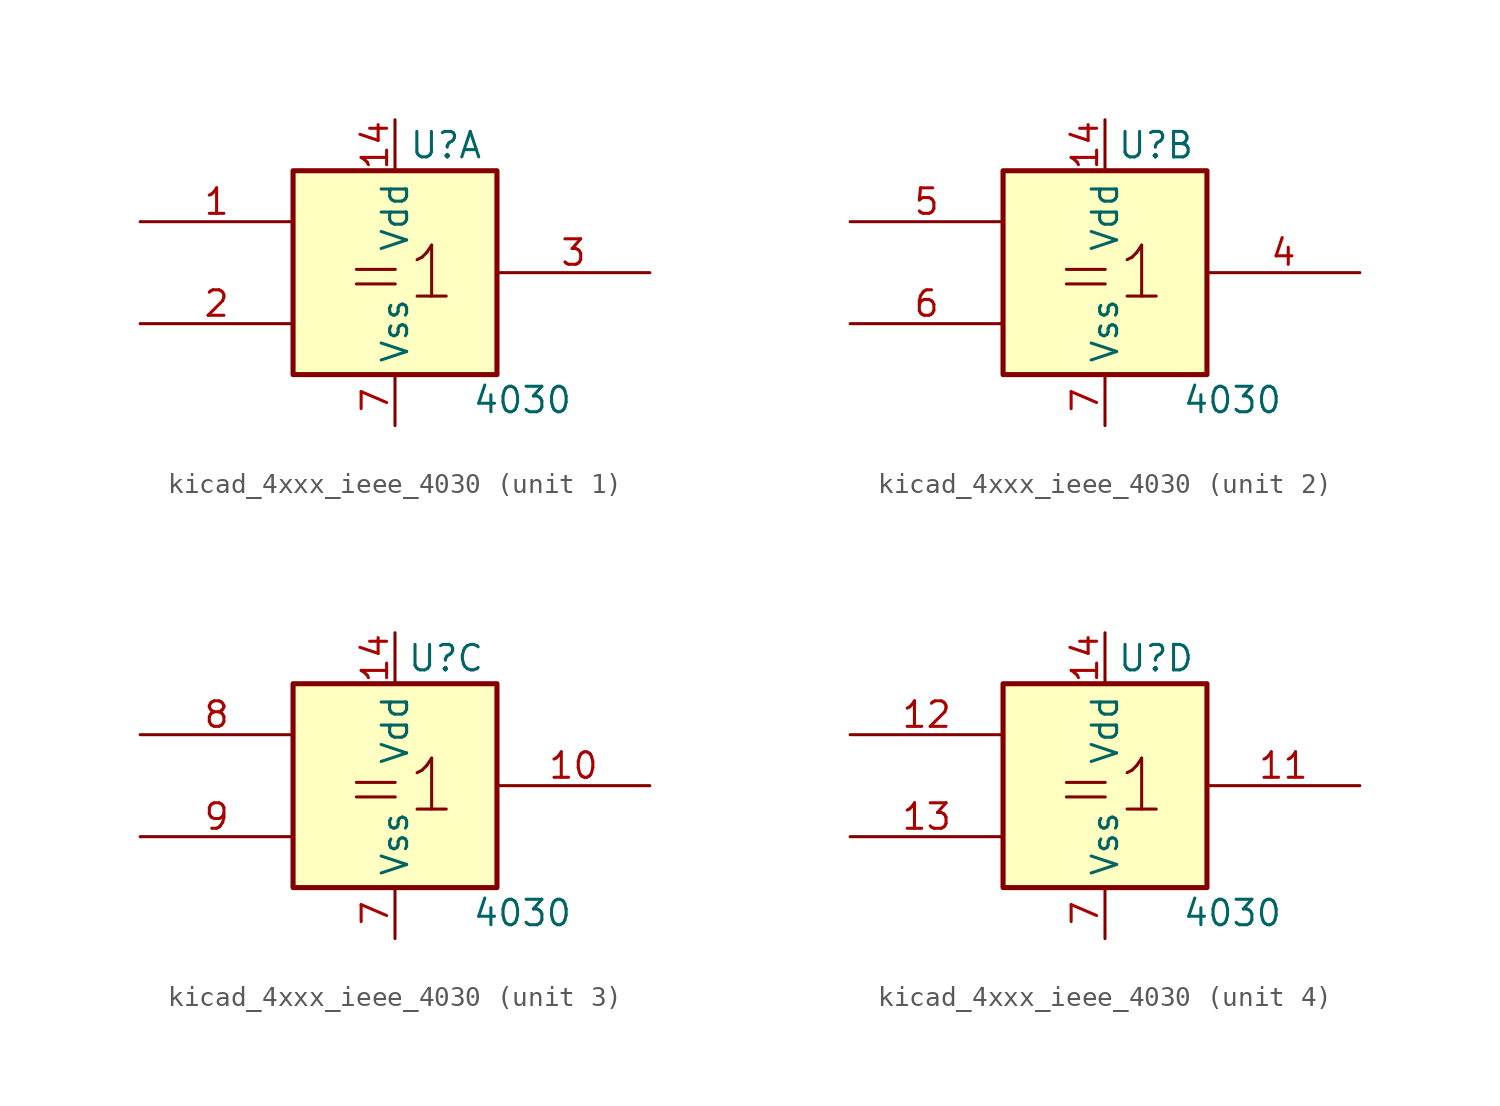
<source format=kicad_sym>
(kicad_symbol_lib
  (version 20220914)
  (generator kicad_symbol_editor)
  (symbol "kicad_4xxx_ieee_4030"
    (property "Reference" "U"
      (at 2.54 6.35 0)
      (effects (font (size 1.27 1.27))))
    (property "Value" "4030"
      (at 6.35 -6.35 0)
      (effects (font (size 1.27 1.27))))
    (symbol "kicad_4xxx_ieee_4030_0_0"
      (rectangle (start -5.08 5.08) (end 5.08 -5.08) (stroke (width 0.254) (type default)) (fill (type background)))
      (text "=1" (at 0.254 0 0) (effects (font (size 2.54 2.54))))
      (pin power_in line (at 0 7.62 270) (length 2.54) (name "Vdd" (effects (font (size 1.27 1.27)))) (number "14" (effects (font (size 1.27 1.27)))))
      (pin power_in line (at 0 -7.62 90) (length 2.54) (name "Vss" (effects (font (size 1.27 1.27)))) (number "7" (effects (font (size 1.27 1.27))))))
    (symbol "kicad_4xxx_ieee_4030_1_1"
      (pin input line (at -12.7 2.54 0) (length 7.62) (name "~" (effects (font (size 1.27 1.27)))) (number "1" (effects (font (size 1.27 1.27)))))
      (pin input line (at -12.7 -2.54 0) (length 7.62) (name "~" (effects (font (size 1.27 1.27)))) (number "2" (effects (font (size 1.27 1.27)))))
      (pin output line (at 12.7 0 180) (length 7.62) (name "~" (effects (font (size 1.27 1.27)))) (number "3" (effects (font (size 1.27 1.27))))))
    (symbol "kicad_4xxx_ieee_4030_2_1"
      (pin output line (at 12.7 0 180) (length 7.62) (name "~" (effects (font (size 1.27 1.27)))) (number "4" (effects (font (size 1.27 1.27)))))
      (pin input line (at -12.7 2.54 0) (length 7.62) (name "~" (effects (font (size 1.27 1.27)))) (number "5" (effects (font (size 1.27 1.27)))))
      (pin input line (at -12.7 -2.54 0) (length 7.62) (name "~" (effects (font (size 1.27 1.27)))) (number "6" (effects (font (size 1.27 1.27))))))
    (symbol "kicad_4xxx_ieee_4030_3_1"
      (pin output line (at 12.7 0 180) (length 7.62) (name "~" (effects (font (size 1.27 1.27)))) (number "10" (effects (font (size 1.27 1.27)))))
      (pin input line (at -12.7 2.54 0) (length 7.62) (name "~" (effects (font (size 1.27 1.27)))) (number "8" (effects (font (size 1.27 1.27)))))
      (pin input line (at -12.7 -2.54 0) (length 7.62) (name "~" (effects (font (size 1.27 1.27)))) (number "9" (effects (font (size 1.27 1.27))))))
    (symbol "kicad_4xxx_ieee_4030_4_1"
      (pin output line (at 12.7 0 180) (length 7.62) (name "~" (effects (font (size 1.27 1.27)))) (number "11" (effects (font (size 1.27 1.27)))))
      (pin input line (at -12.7 2.54 0) (length 7.62) (name "~" (effects (font (size 1.27 1.27)))) (number "12" (effects (font (size 1.27 1.27)))))
      (pin input line (at -12.7 -2.54 0) (length 7.62) (name "~" (effects (font (size 1.27 1.27)))) (number "13" (effects (font (size 1.27 1.27))))))))
</source>
